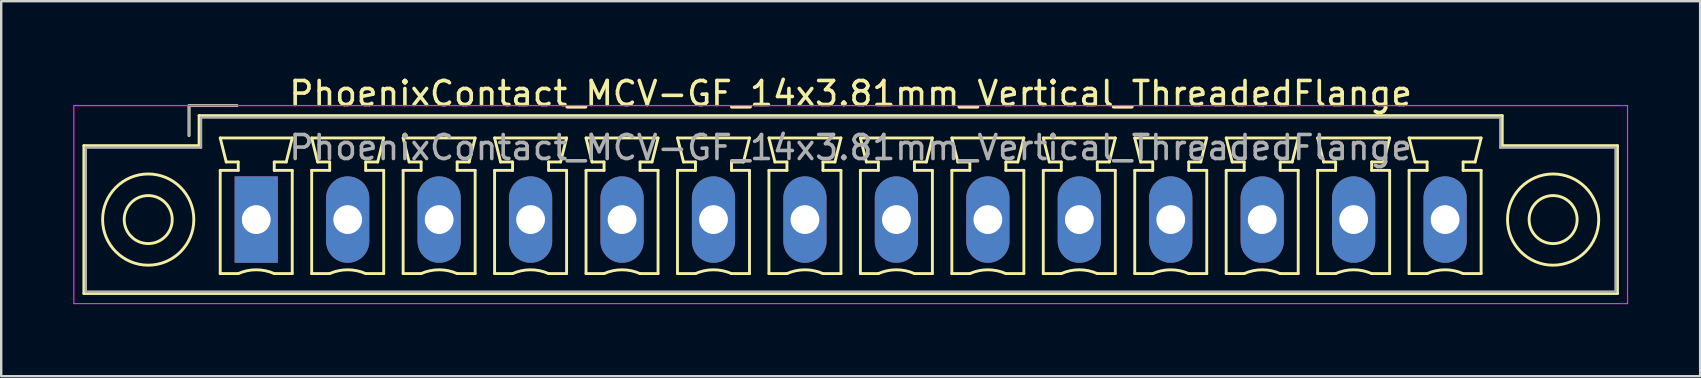
<source format=kicad_pcb>
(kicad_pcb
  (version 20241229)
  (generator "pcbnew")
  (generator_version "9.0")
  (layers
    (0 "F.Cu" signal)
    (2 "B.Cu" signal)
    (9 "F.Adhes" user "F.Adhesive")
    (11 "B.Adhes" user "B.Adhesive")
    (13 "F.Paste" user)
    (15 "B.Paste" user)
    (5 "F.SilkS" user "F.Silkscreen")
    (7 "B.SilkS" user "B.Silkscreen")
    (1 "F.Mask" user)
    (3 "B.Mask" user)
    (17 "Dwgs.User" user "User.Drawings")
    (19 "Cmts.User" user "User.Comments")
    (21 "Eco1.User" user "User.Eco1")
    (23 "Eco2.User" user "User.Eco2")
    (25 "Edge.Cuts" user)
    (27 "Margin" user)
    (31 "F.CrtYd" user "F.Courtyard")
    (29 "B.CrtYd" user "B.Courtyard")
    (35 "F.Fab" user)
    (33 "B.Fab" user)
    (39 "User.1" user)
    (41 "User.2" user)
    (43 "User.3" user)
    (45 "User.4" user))
  (footprint "PhoenixContact_MCV-GF_14x3.81mm_Vertical_ThreadedFlange"
    (layer "F.Cu")
    (at 7.625 6.098)
    (property "Reference" "PhoenixContact_MCV-GF_14x3.81mm_Vertical_ThreadedFlange" (at 24.765 -5.25 0) (layer "F.SilkS") (effects (font (size 1 1) (thickness 0.15))))
    (attr through_hole)
    (fp_line (start -7.18 -3.08) (end -7.18 3.08) (stroke (width 0.12) (type solid)) (layer "F.SilkS"))
    (fp_line (start -7.18 3.08) (end 56.71 3.08) (stroke (width 0.12) (type solid)) (layer "F.SilkS"))
    (fp_line (start -2.8 -4.75) (end -0.8 -4.75) (stroke (width 0.12) (type solid)) (layer "F.SilkS"))
    (fp_line (start -2.8 -3.5) (end -2.8 -4.75) (stroke (width 0.12) (type solid)) (layer "F.SilkS"))
    (fp_line (start -2.38 -4.33) (end -2.38 -3.08) (stroke (width 0.12) (type solid)) (layer "F.SilkS"))
    (fp_line (start -2.38 -3.08) (end -7.18 -3.08) (stroke (width 0.12) (type solid)) (layer "F.SilkS"))
    (fp_line (start -1.5 -3.4) (end 1.5 -3.4) (stroke (width 0.12) (type solid)) (layer "F.SilkS"))
    (fp_line (start -1.5 -2.05) (end -0.75 -2.05) (stroke (width 0.12) (type solid)) (layer "F.SilkS"))
    (fp_line (start -1.5 2.25) (end -1.5 -2.05) (stroke (width 0.12) (type solid)) (layer "F.SilkS"))
    (fp_line (start -1.25 -2.4) (end -1.5 -3.4) (stroke (width 0.12) (type solid)) (layer "F.SilkS"))
    (fp_line (start -0.75 -2.4) (end -1.25 -2.4) (stroke (width 0.12) (type solid)) (layer "F.SilkS"))
    (fp_line (start -0.75 -2.05) (end -0.75 -2.4) (stroke (width 0.12) (type solid)) (layer "F.SilkS"))
    (fp_line (start -0.75 2.25) (end -1.5 2.25) (stroke (width 0.12) (type solid)) (layer "F.SilkS"))
    (fp_line (start 0.75 -2.4) (end 0.75 -2.05) (stroke (width 0.12) (type solid)) (layer "F.SilkS"))
    (fp_line (start 0.75 -2.05) (end 1.5 -2.05) (stroke (width 0.12) (type solid)) (layer "F.SilkS"))
    (fp_line (start 1.25 -2.4) (end 0.75 -2.4) (stroke (width 0.12) (type solid)) (layer "F.SilkS"))
    (fp_line (start 1.5 -3.4) (end 1.25 -2.4) (stroke (width 0.12) (type solid)) (layer "F.SilkS"))
    (fp_line (start 1.5 -2.05) (end 1.5 2.25) (stroke (width 0.12) (type solid)) (layer "F.SilkS"))
    (fp_line (start 1.5 2.25) (end 0.75 2.25) (stroke (width 0.12) (type solid)) (layer "F.SilkS"))
    (fp_line (start 2.31 -3.4) (end 5.31 -3.4) (stroke (width 0.12) (type solid)) (layer "F.SilkS"))
    (fp_line (start 2.31 -2.05) (end 3.06 -2.05) (stroke (width 0.12) (type solid)) (layer "F.SilkS"))
    (fp_line (start 2.31 2.25) (end 2.31 -2.05) (stroke (width 0.12) (type solid)) (layer "F.SilkS"))
    (fp_line (start 2.56 -2.4) (end 2.31 -3.4) (stroke (width 0.12) (type solid)) (layer "F.SilkS"))
    (fp_line (start 3.06 -2.4) (end 2.56 -2.4) (stroke (width 0.12) (type solid)) (layer "F.SilkS"))
    (fp_line (start 3.06 -2.05) (end 3.06 -2.4) (stroke (width 0.12) (type solid)) (layer "F.SilkS"))
    (fp_line (start 3.06 2.25) (end 2.31 2.25) (stroke (width 0.12) (type solid)) (layer "F.SilkS"))
    (fp_line (start 4.56 -2.4) (end 4.56 -2.05) (stroke (width 0.12) (type solid)) (layer "F.SilkS"))
    (fp_line (start 4.56 -2.05) (end 5.31 -2.05) (stroke (width 0.12) (type solid)) (layer "F.SilkS"))
    (fp_line (start 5.06 -2.4) (end 4.56 -2.4) (stroke (width 0.12) (type solid)) (layer "F.SilkS"))
    (fp_line (start 5.31 -3.4) (end 5.06 -2.4) (stroke (width 0.12) (type solid)) (layer "F.SilkS"))
    (fp_line (start 5.31 -2.05) (end 5.31 2.25) (stroke (width 0.12) (type solid)) (layer "F.SilkS"))
    (fp_line (start 5.31 2.25) (end 4.56 2.25) (stroke (width 0.12) (type solid)) (layer "F.SilkS"))
    (fp_line (start 6.12 -3.4) (end 9.12 -3.4) (stroke (width 0.12) (type solid)) (layer "F.SilkS"))
    (fp_line (start 6.12 -2.05) (end 6.87 -2.05) (stroke (width 0.12) (type solid)) (layer "F.SilkS"))
    (fp_line (start 6.12 2.25) (end 6.12 -2.05) (stroke (width 0.12) (type solid)) (layer "F.SilkS"))
    (fp_line (start 6.37 -2.4) (end 6.12 -3.4) (stroke (width 0.12) (type solid)) (layer "F.SilkS"))
    (fp_line (start 6.87 -2.4) (end 6.37 -2.4) (stroke (width 0.12) (type solid)) (layer "F.SilkS"))
    (fp_line (start 6.87 -2.05) (end 6.87 -2.4) (stroke (width 0.12) (type solid)) (layer "F.SilkS"))
    (fp_line (start 6.87 2.25) (end 6.12 2.25) (stroke (width 0.12) (type solid)) (layer "F.SilkS"))
    (fp_line (start 8.37 -2.4) (end 8.37 -2.05) (stroke (width 0.12) (type solid)) (layer "F.SilkS"))
    (fp_line (start 8.37 -2.05) (end 9.12 -2.05) (stroke (width 0.12) (type solid)) (layer "F.SilkS"))
    (fp_line (start 8.87 -2.4) (end 8.37 -2.4) (stroke (width 0.12) (type solid)) (layer "F.SilkS"))
    (fp_line (start 9.12 -3.4) (end 8.87 -2.4) (stroke (width 0.12) (type solid)) (layer "F.SilkS"))
    (fp_line (start 9.12 -2.05) (end 9.12 2.25) (stroke (width 0.12) (type solid)) (layer "F.SilkS"))
    (fp_line (start 9.12 2.25) (end 8.37 2.25) (stroke (width 0.12) (type solid)) (layer "F.SilkS"))
    (fp_line (start 9.93 -3.4) (end 12.93 -3.4) (stroke (width 0.12) (type solid)) (layer "F.SilkS"))
    (fp_line (start 9.93 -2.05) (end 10.68 -2.05) (stroke (width 0.12) (type solid)) (layer "F.SilkS"))
    (fp_line (start 9.93 2.25) (end 9.93 -2.05) (stroke (width 0.12) (type solid)) (layer "F.SilkS"))
    (fp_line (start 10.18 -2.4) (end 9.93 -3.4) (stroke (width 0.12) (type solid)) (layer "F.SilkS"))
    (fp_line (start 10.68 -2.4) (end 10.18 -2.4) (stroke (width 0.12) (type solid)) (layer "F.SilkS"))
    (fp_line (start 10.68 -2.05) (end 10.68 -2.4) (stroke (width 0.12) (type solid)) (layer "F.SilkS"))
    (fp_line (start 10.68 2.25) (end 9.93 2.25) (stroke (width 0.12) (type solid)) (layer "F.SilkS"))
    (fp_line (start 12.18 -2.4) (end 12.18 -2.05) (stroke (width 0.12) (type solid)) (layer "F.SilkS"))
    (fp_line (start 12.18 -2.05) (end 12.93 -2.05) (stroke (width 0.12) (type solid)) (layer "F.SilkS"))
    (fp_line (start 12.68 -2.4) (end 12.18 -2.4) (stroke (width 0.12) (type solid)) (layer "F.SilkS"))
    (fp_line (start 12.93 -3.4) (end 12.68 -2.4) (stroke (width 0.12) (type solid)) (layer "F.SilkS"))
    (fp_line (start 12.93 -2.05) (end 12.93 2.25) (stroke (width 0.12) (type solid)) (layer "F.SilkS"))
    (fp_line (start 12.93 2.25) (end 12.18 2.25) (stroke (width 0.12) (type solid)) (layer "F.SilkS"))
    (fp_line (start 13.74 -3.4) (end 16.74 -3.4) (stroke (width 0.12) (type solid)) (layer "F.SilkS"))
    (fp_line (start 13.74 -2.05) (end 14.49 -2.05) (stroke (width 0.12) (type solid)) (layer "F.SilkS"))
    (fp_line (start 13.74 2.25) (end 13.74 -2.05) (stroke (width 0.12) (type solid)) (layer "F.SilkS"))
    (fp_line (start 13.99 -2.4) (end 13.74 -3.4) (stroke (width 0.12) (type solid)) (layer "F.SilkS"))
    (fp_line (start 14.49 -2.4) (end 13.99 -2.4) (stroke (width 0.12) (type solid)) (layer "F.SilkS"))
    (fp_line (start 14.49 -2.05) (end 14.49 -2.4) (stroke (width 0.12) (type solid)) (layer "F.SilkS"))
    (fp_line (start 14.49 2.25) (end 13.74 2.25) (stroke (width 0.12) (type solid)) (layer "F.SilkS"))
    (fp_line (start 15.99 -2.4) (end 15.99 -2.05) (stroke (width 0.12) (type solid)) (layer "F.SilkS"))
    (fp_line (start 15.99 -2.05) (end 16.74 -2.05) (stroke (width 0.12) (type solid)) (layer "F.SilkS"))
    (fp_line (start 16.49 -2.4) (end 15.99 -2.4) (stroke (width 0.12) (type solid)) (layer "F.SilkS"))
    (fp_line (start 16.74 -3.4) (end 16.49 -2.4) (stroke (width 0.12) (type solid)) (layer "F.SilkS"))
    (fp_line (start 16.74 -2.05) (end 16.74 2.25) (stroke (width 0.12) (type solid)) (layer "F.SilkS"))
    (fp_line (start 16.74 2.25) (end 15.99 2.25) (stroke (width 0.12) (type solid)) (layer "F.SilkS"))
    (fp_line (start 17.55 -3.4) (end 20.55 -3.4) (stroke (width 0.12) (type solid)) (layer "F.SilkS"))
    (fp_line (start 17.55 -2.05) (end 18.3 -2.05) (stroke (width 0.12) (type solid)) (layer "F.SilkS"))
    (fp_line (start 17.55 2.25) (end 17.55 -2.05) (stroke (width 0.12) (type solid)) (layer "F.SilkS"))
    (fp_line (start 17.8 -2.4) (end 17.55 -3.4) (stroke (width 0.12) (type solid)) (layer "F.SilkS"))
    (fp_line (start 18.3 -2.4) (end 17.8 -2.4) (stroke (width 0.12) (type solid)) (layer "F.SilkS"))
    (fp_line (start 18.3 -2.05) (end 18.3 -2.4) (stroke (width 0.12) (type solid)) (layer "F.SilkS"))
    (fp_line (start 18.3 2.25) (end 17.55 2.25) (stroke (width 0.12) (type solid)) (layer "F.SilkS"))
    (fp_line (start 19.8 -2.4) (end 19.8 -2.05) (stroke (width 0.12) (type solid)) (layer "F.SilkS"))
    (fp_line (start 19.8 -2.05) (end 20.55 -2.05) (stroke (width 0.12) (type solid)) (layer "F.SilkS"))
    (fp_line (start 20.3 -2.4) (end 19.8 -2.4) (stroke (width 0.12) (type solid)) (layer "F.SilkS"))
    (fp_line (start 20.55 -3.4) (end 20.3 -2.4) (stroke (width 0.12) (type solid)) (layer "F.SilkS"))
    (fp_line (start 20.55 -2.05) (end 20.55 2.25) (stroke (width 0.12) (type solid)) (layer "F.SilkS"))
    (fp_line (start 20.55 2.25) (end 19.8 2.25) (stroke (width 0.12) (type solid)) (layer "F.SilkS"))
    (fp_line (start 21.36 -3.4) (end 24.36 -3.4) (stroke (width 0.12) (type solid)) (layer "F.SilkS"))
    (fp_line (start 21.36 -2.05) (end 22.11 -2.05) (stroke (width 0.12) (type solid)) (layer "F.SilkS"))
    (fp_line (start 21.36 2.25) (end 21.36 -2.05) (stroke (width 0.12) (type solid)) (layer "F.SilkS"))
    (fp_line (start 21.61 -2.4) (end 21.36 -3.4) (stroke (width 0.12) (type solid)) (layer "F.SilkS"))
    (fp_line (start 22.11 -2.4) (end 21.61 -2.4) (stroke (width 0.12) (type solid)) (layer "F.SilkS"))
    (fp_line (start 22.11 -2.05) (end 22.11 -2.4) (stroke (width 0.12) (type solid)) (layer "F.SilkS"))
    (fp_line (start 22.11 2.25) (end 21.36 2.25) (stroke (width 0.12) (type solid)) (layer "F.SilkS"))
    (fp_line (start 23.61 -2.4) (end 23.61 -2.05) (stroke (width 0.12) (type solid)) (layer "F.SilkS"))
    (fp_line (start 23.61 -2.05) (end 24.36 -2.05) (stroke (width 0.12) (type solid)) (layer "F.SilkS"))
    (fp_line (start 24.11 -2.4) (end 23.61 -2.4) (stroke (width 0.12) (type solid)) (layer "F.SilkS"))
    (fp_line (start 24.36 -3.4) (end 24.11 -2.4) (stroke (width 0.12) (type solid)) (layer "F.SilkS"))
    (fp_line (start 24.36 -2.05) (end 24.36 2.25) (stroke (width 0.12) (type solid)) (layer "F.SilkS"))
    (fp_line (start 24.36 2.25) (end 23.61 2.25) (stroke (width 0.12) (type solid)) (layer "F.SilkS"))
    (fp_line (start 25.17 -3.4) (end 28.17 -3.4) (stroke (width 0.12) (type solid)) (layer "F.SilkS"))
    (fp_line (start 25.17 -2.05) (end 25.92 -2.05) (stroke (width 0.12) (type solid)) (layer "F.SilkS"))
    (fp_line (start 25.17 2.25) (end 25.17 -2.05) (stroke (width 0.12) (type solid)) (layer "F.SilkS"))
    (fp_line (start 25.42 -2.4) (end 25.17 -3.4) (stroke (width 0.12) (type solid)) (layer "F.SilkS"))
    (fp_line (start 25.92 -2.4) (end 25.42 -2.4) (stroke (width 0.12) (type solid)) (layer "F.SilkS"))
    (fp_line (start 25.92 -2.05) (end 25.92 -2.4) (stroke (width 0.12) (type solid)) (layer "F.SilkS"))
    (fp_line (start 25.92 2.25) (end 25.17 2.25) (stroke (width 0.12) (type solid)) (layer "F.SilkS"))
    (fp_line (start 27.42 -2.4) (end 27.42 -2.05) (stroke (width 0.12) (type solid)) (layer "F.SilkS"))
    (fp_line (start 27.42 -2.05) (end 28.17 -2.05) (stroke (width 0.12) (type solid)) (layer "F.SilkS"))
    (fp_line (start 27.92 -2.4) (end 27.42 -2.4) (stroke (width 0.12) (type solid)) (layer "F.SilkS"))
    (fp_line (start 28.17 -3.4) (end 27.92 -2.4) (stroke (width 0.12) (type solid)) (layer "F.SilkS"))
    (fp_line (start 28.17 -2.05) (end 28.17 2.25) (stroke (width 0.12) (type solid)) (layer "F.SilkS"))
    (fp_line (start 28.17 2.25) (end 27.42 2.25) (stroke (width 0.12) (type solid)) (layer "F.SilkS"))
    (fp_line (start 28.98 -3.4) (end 31.98 -3.4) (stroke (width 0.12) (type solid)) (layer "F.SilkS"))
    (fp_line (start 28.98 -2.05) (end 29.73 -2.05) (stroke (width 0.12) (type solid)) (layer "F.SilkS"))
    (fp_line (start 28.98 2.25) (end 28.98 -2.05) (stroke (width 0.12) (type solid)) (layer "F.SilkS"))
    (fp_line (start 29.23 -2.4) (end 28.98 -3.4) (stroke (width 0.12) (type solid)) (layer "F.SilkS"))
    (fp_line (start 29.73 -2.4) (end 29.23 -2.4) (stroke (width 0.12) (type solid)) (layer "F.SilkS"))
    (fp_line (start 29.73 -2.05) (end 29.73 -2.4) (stroke (width 0.12) (type solid)) (layer "F.SilkS"))
    (fp_line (start 29.73 2.25) (end 28.98 2.25) (stroke (width 0.12) (type solid)) (layer "F.SilkS"))
    (fp_line (start 31.23 -2.4) (end 31.23 -2.05) (stroke (width 0.12) (type solid)) (layer "F.SilkS"))
    (fp_line (start 31.23 -2.05) (end 31.98 -2.05) (stroke (width 0.12) (type solid)) (layer "F.SilkS"))
    (fp_line (start 31.73 -2.4) (end 31.23 -2.4) (stroke (width 0.12) (type solid)) (layer "F.SilkS"))
    (fp_line (start 31.98 -3.4) (end 31.73 -2.4) (stroke (width 0.12) (type solid)) (layer "F.SilkS"))
    (fp_line (start 31.98 -2.05) (end 31.98 2.25) (stroke (width 0.12) (type solid)) (layer "F.SilkS"))
    (fp_line (start 31.98 2.25) (end 31.23 2.25) (stroke (width 0.12) (type solid)) (layer "F.SilkS"))
    (fp_line (start 32.79 -3.4) (end 35.79 -3.4) (stroke (width 0.12) (type solid)) (layer "F.SilkS"))
    (fp_line (start 32.79 -2.05) (end 33.54 -2.05) (stroke (width 0.12) (type solid)) (layer "F.SilkS"))
    (fp_line (start 32.79 2.25) (end 32.79 -2.05) (stroke (width 0.12) (type solid)) (layer "F.SilkS"))
    (fp_line (start 33.04 -2.4) (end 32.79 -3.4) (stroke (width 0.12) (type solid)) (layer "F.SilkS"))
    (fp_line (start 33.54 -2.4) (end 33.04 -2.4) (stroke (width 0.12) (type solid)) (layer "F.SilkS"))
    (fp_line (start 33.54 -2.05) (end 33.54 -2.4) (stroke (width 0.12) (type solid)) (layer "F.SilkS"))
    (fp_line (start 33.54 2.25) (end 32.79 2.25) (stroke (width 0.12) (type solid)) (layer "F.SilkS"))
    (fp_line (start 35.04 -2.4) (end 35.04 -2.05) (stroke (width 0.12) (type solid)) (layer "F.SilkS"))
    (fp_line (start 35.04 -2.05) (end 35.79 -2.05) (stroke (width 0.12) (type solid)) (layer "F.SilkS"))
    (fp_line (start 35.54 -2.4) (end 35.04 -2.4) (stroke (width 0.12) (type solid)) (layer "F.SilkS"))
    (fp_line (start 35.79 -3.4) (end 35.54 -2.4) (stroke (width 0.12) (type solid)) (layer "F.SilkS"))
    (fp_line (start 35.79 -2.05) (end 35.79 2.25) (stroke (width 0.12) (type solid)) (layer "F.SilkS"))
    (fp_line (start 35.79 2.25) (end 35.04 2.25) (stroke (width 0.12) (type solid)) (layer "F.SilkS"))
    (fp_line (start 36.6 -3.4) (end 39.6 -3.4) (stroke (width 0.12) (type solid)) (layer "F.SilkS"))
    (fp_line (start 36.6 -2.05) (end 37.35 -2.05) (stroke (width 0.12) (type solid)) (layer "F.SilkS"))
    (fp_line (start 36.6 2.25) (end 36.6 -2.05) (stroke (width 0.12) (type solid)) (layer "F.SilkS"))
    (fp_line (start 36.85 -2.4) (end 36.6 -3.4) (stroke (width 0.12) (type solid)) (layer "F.SilkS"))
    (fp_line (start 37.35 -2.4) (end 36.85 -2.4) (stroke (width 0.12) (type solid)) (layer "F.SilkS"))
    (fp_line (start 37.35 -2.05) (end 37.35 -2.4) (stroke (width 0.12) (type solid)) (layer "F.SilkS"))
    (fp_line (start 37.35 2.25) (end 36.6 2.25) (stroke (width 0.12) (type solid)) (layer "F.SilkS"))
    (fp_line (start 38.85 -2.4) (end 38.85 -2.05) (stroke (width 0.12) (type solid)) (layer "F.SilkS"))
    (fp_line (start 38.85 -2.05) (end 39.6 -2.05) (stroke (width 0.12) (type solid)) (layer "F.SilkS"))
    (fp_line (start 39.35 -2.4) (end 38.85 -2.4) (stroke (width 0.12) (type solid)) (layer "F.SilkS"))
    (fp_line (start 39.6 -3.4) (end 39.35 -2.4) (stroke (width 0.12) (type solid)) (layer "F.SilkS"))
    (fp_line (start 39.6 -2.05) (end 39.6 2.25) (stroke (width 0.12) (type solid)) (layer "F.SilkS"))
    (fp_line (start 39.6 2.25) (end 38.85 2.25) (stroke (width 0.12) (type solid)) (layer "F.SilkS"))
    (fp_line (start 40.41 -3.4) (end 43.41 -3.4) (stroke (width 0.12) (type solid)) (layer "F.SilkS"))
    (fp_line (start 40.41 -2.05) (end 41.16 -2.05) (stroke (width 0.12) (type solid)) (layer "F.SilkS"))
    (fp_line (start 40.41 2.25) (end 40.41 -2.05) (stroke (width 0.12) (type solid)) (layer "F.SilkS"))
    (fp_line (start 40.66 -2.4) (end 40.41 -3.4) (stroke (width 0.12) (type solid)) (layer "F.SilkS"))
    (fp_line (start 41.16 -2.4) (end 40.66 -2.4) (stroke (width 0.12) (type solid)) (layer "F.SilkS"))
    (fp_line (start 41.16 -2.05) (end 41.16 -2.4) (stroke (width 0.12) (type solid)) (layer "F.SilkS"))
    (fp_line (start 41.16 2.25) (end 40.41 2.25) (stroke (width 0.12) (type solid)) (layer "F.SilkS"))
    (fp_line (start 42.66 -2.4) (end 42.66 -2.05) (stroke (width 0.12) (type solid)) (layer "F.SilkS"))
    (fp_line (start 42.66 -2.05) (end 43.41 -2.05) (stroke (width 0.12) (type solid)) (layer "F.SilkS"))
    (fp_line (start 43.16 -2.4) (end 42.66 -2.4) (stroke (width 0.12) (type solid)) (layer "F.SilkS"))
    (fp_line (start 43.41 -3.4) (end 43.16 -2.4) (stroke (width 0.12) (type solid)) (layer "F.SilkS"))
    (fp_line (start 43.41 -2.05) (end 43.41 2.25) (stroke (width 0.12) (type solid)) (layer "F.SilkS"))
    (fp_line (start 43.41 2.25) (end 42.66 2.25) (stroke (width 0.12) (type solid)) (layer "F.SilkS"))
    (fp_line (start 44.22 -3.4) (end 47.22 -3.4) (stroke (width 0.12) (type solid)) (layer "F.SilkS"))
    (fp_line (start 44.22 -2.05) (end 44.97 -2.05) (stroke (width 0.12) (type solid)) (layer "F.SilkS"))
    (fp_line (start 44.22 2.25) (end 44.22 -2.05) (stroke (width 0.12) (type solid)) (layer "F.SilkS"))
    (fp_line (start 44.47 -2.4) (end 44.22 -3.4) (stroke (width 0.12) (type solid)) (layer "F.SilkS"))
    (fp_line (start 44.97 -2.4) (end 44.47 -2.4) (stroke (width 0.12) (type solid)) (layer "F.SilkS"))
    (fp_line (start 44.97 -2.05) (end 44.97 -2.4) (stroke (width 0.12) (type solid)) (layer "F.SilkS"))
    (fp_line (start 44.97 2.25) (end 44.22 2.25) (stroke (width 0.12) (type solid)) (layer "F.SilkS"))
    (fp_line (start 46.47 -2.4) (end 46.47 -2.05) (stroke (width 0.12) (type solid)) (layer "F.SilkS"))
    (fp_line (start 46.47 -2.05) (end 47.22 -2.05) (stroke (width 0.12) (type solid)) (layer "F.SilkS"))
    (fp_line (start 46.97 -2.4) (end 46.47 -2.4) (stroke (width 0.12) (type solid)) (layer "F.SilkS"))
    (fp_line (start 47.22 -3.4) (end 46.97 -2.4) (stroke (width 0.12) (type solid)) (layer "F.SilkS"))
    (fp_line (start 47.22 -2.05) (end 47.22 2.25) (stroke (width 0.12) (type solid)) (layer "F.SilkS"))
    (fp_line (start 47.22 2.25) (end 46.47 2.25) (stroke (width 0.12) (type solid)) (layer "F.SilkS"))
    (fp_line (start 48.03 -3.4) (end 51.03 -3.4) (stroke (width 0.12) (type solid)) (layer "F.SilkS"))
    (fp_line (start 48.03 -2.05) (end 48.78 -2.05) (stroke (width 0.12) (type solid)) (layer "F.SilkS"))
    (fp_line (start 48.03 2.25) (end 48.03 -2.05) (stroke (width 0.12) (type solid)) (layer "F.SilkS"))
    (fp_line (start 48.28 -2.4) (end 48.03 -3.4) (stroke (width 0.12) (type solid)) (layer "F.SilkS"))
    (fp_line (start 48.78 -2.4) (end 48.28 -2.4) (stroke (width 0.12) (type solid)) (layer "F.SilkS"))
    (fp_line (start 48.78 -2.05) (end 48.78 -2.4) (stroke (width 0.12) (type solid)) (layer "F.SilkS"))
    (fp_line (start 48.78 2.25) (end 48.03 2.25) (stroke (width 0.12) (type solid)) (layer "F.SilkS"))
    (fp_line (start 50.28 -2.4) (end 50.28 -2.05) (stroke (width 0.12) (type solid)) (layer "F.SilkS"))
    (fp_line (start 50.28 -2.05) (end 51.03 -2.05) (stroke (width 0.12) (type solid)) (layer "F.SilkS"))
    (fp_line (start 50.78 -2.4) (end 50.28 -2.4) (stroke (width 0.12) (type solid)) (layer "F.SilkS"))
    (fp_line (start 51.03 -3.4) (end 50.78 -2.4) (stroke (width 0.12) (type solid)) (layer "F.SilkS"))
    (fp_line (start 51.03 -2.05) (end 51.03 2.25) (stroke (width 0.12) (type solid)) (layer "F.SilkS"))
    (fp_line (start 51.03 2.25) (end 50.28 2.25) (stroke (width 0.12) (type solid)) (layer "F.SilkS"))
    (fp_line (start 51.91 -4.33) (end -2.38 -4.33) (stroke (width 0.12) (type solid)) (layer "F.SilkS"))
    (fp_line (start 51.91 -3.08) (end 51.91 -4.33) (stroke (width 0.12) (type solid)) (layer "F.SilkS"))
    (fp_line (start 56.71 -3.08) (end 51.91 -3.08) (stroke (width 0.12) (type solid)) (layer "F.SilkS"))
    (fp_line (start 56.71 3.08) (end 56.71 -3.08) (stroke (width 0.12) (type solid)) (layer "F.SilkS"))
    (fp_arc (start -0.75 2.25) (mid -0.000193 2.09191) (end 0.749647 2.249844) (stroke (width 0.12) (type solid)) (layer "F.SilkS"))
    (fp_arc (start 3.06 2.25) (mid 3.809807 2.09191) (end 4.559647 2.249844) (stroke (width 0.12) (type solid)) (layer "F.SilkS"))
    (fp_arc (start 6.87 2.25) (mid 7.619807 2.09191) (end 8.369647 2.249844) (stroke (width 0.12) (type solid)) (layer "F.SilkS"))
    (fp_arc (start 10.68 2.25) (mid 11.429807 2.09191) (end 12.179647 2.249844) (stroke (width 0.12) (type solid)) (layer "F.SilkS"))
    (fp_arc (start 14.49 2.25) (mid 15.239807 2.09191) (end 15.989647 2.249844) (stroke (width 0.12) (type solid)) (layer "F.SilkS"))
    (fp_arc (start 18.3 2.25) (mid 19.049807 2.09191) (end 19.799647 2.249844) (stroke (width 0.12) (type solid)) (layer "F.SilkS"))
    (fp_arc (start 22.11 2.25) (mid 22.859807 2.09191) (end 23.609647 2.249844) (stroke (width 0.12) (type solid)) (layer "F.SilkS"))
    (fp_arc (start 25.92 2.25) (mid 26.669807 2.09191) (end 27.419647 2.249844) (stroke (width 0.12) (type solid)) (layer "F.SilkS"))
    (fp_arc (start 29.73 2.25) (mid 30.479807 2.09191) (end 31.229647 2.249844) (stroke (width 0.12) (type solid)) (layer "F.SilkS"))
    (fp_arc (start 33.54 2.25) (mid 34.289807 2.09191) (end 35.039647 2.249844) (stroke (width 0.12) (type solid)) (layer "F.SilkS"))
    (fp_arc (start 37.35 2.25) (mid 38.099807 2.09191) (end 38.849647 2.249844) (stroke (width 0.12) (type solid)) (layer "F.SilkS"))
    (fp_arc (start 41.16 2.25) (mid 41.909807 2.09191) (end 42.659647 2.249844) (stroke (width 0.12) (type solid)) (layer "F.SilkS"))
    (fp_arc (start 44.97 2.25) (mid 45.719807 2.09191) (end 46.469647 2.249844) (stroke (width 0.12) (type solid)) (layer "F.SilkS"))
    (fp_arc (start 48.78 2.25) (mid 49.529807 2.09191) (end 50.279647 2.249844) (stroke (width 0.12) (type solid)) (layer "F.SilkS"))
    (fp_circle (center -4.5 0) (end -3.5 0) (stroke (width 0.12) (type solid)) (fill no) (layer "F.SilkS"))
    (fp_circle (center -4.5 0) (end -2.6 0) (stroke (width 0.12) (type solid)) (fill no) (layer "F.SilkS"))
    (fp_circle (center 54.03 0) (end 55.03 0) (stroke (width 0.12) (type solid)) (fill no) (layer "F.SilkS"))
    (fp_circle (center 54.03 0) (end 55.93 0) (stroke (width 0.12) (type solid)) (fill no) (layer "F.SilkS"))
    (fp_line (start -7.6 -4.75) (end -7.6 3.5) (stroke (width 0.05) (type solid)) (layer "F.CrtYd"))
    (fp_line (start -7.6 3.5) (end 57.13 3.5) (stroke (width 0.05) (type solid)) (layer "F.CrtYd"))
    (fp_line (start 57.13 -4.75) (end -7.6 -4.75) (stroke (width 0.05) (type solid)) (layer "F.CrtYd"))
    (fp_line (start 57.13 3.5) (end 57.13 -4.75) (stroke (width 0.05) (type solid)) (layer "F.CrtYd"))
    (fp_line (start -7.1 -3) (end -7.1 3) (stroke (width 0.1) (type solid)) (layer "F.Fab"))
    (fp_line (start -7.1 3) (end 56.63 3) (stroke (width 0.1) (type solid)) (layer "F.Fab"))
    (fp_line (start -2.8 -4.75) (end -0.8 -4.75) (stroke (width 0.1) (type solid)) (layer "F.Fab"))
    (fp_line (start -2.8 -3.5) (end -2.8 -4.75) (stroke (width 0.1) (type solid)) (layer "F.Fab"))
    (fp_line (start -2.3 -4.25) (end -2.3 -3) (stroke (width 0.1) (type solid)) (layer "F.Fab"))
    (fp_line (start -2.3 -3) (end -7.1 -3) (stroke (width 0.1) (type solid)) (layer "F.Fab"))
    (fp_line (start 51.83 -4.25) (end -2.3 -4.25) (stroke (width 0.1) (type solid)) (layer "F.Fab"))
    (fp_line (start 51.83 -3) (end 51.83 -4.25) (stroke (width 0.1) (type solid)) (layer "F.Fab"))
    (fp_line (start 56.63 -3) (end 51.83 -3) (stroke (width 0.1) (type solid)) (layer "F.Fab"))
    (fp_line (start 56.63 3) (end 56.63 -3) (stroke (width 0.1) (type solid)) (layer "F.Fab"))
    (fp_text user "${REFERENCE}" (at 24.765 -3 0) (layer "F.Fab") (effects (font (size 1 1) (thickness 0.15))))
    (pad "1" thru_hole rect (at 0 0) (size 1.8 3.6) (drill 1.2) (layers "*.Cu" "*.Mask"))
    (pad "2" thru_hole oval (at 3.81 0) (size 1.8 3.6) (drill 1.2) (layers "*.Cu" "*.Mask"))
    (pad "3" thru_hole oval (at 7.62 0) (size 1.8 3.6) (drill 1.2) (layers "*.Cu" "*.Mask"))
    (pad "4" thru_hole oval (at 11.43 0) (size 1.8 3.6) (drill 1.2) (layers "*.Cu" "*.Mask"))
    (pad "5" thru_hole oval (at 15.24 0) (size 1.8 3.6) (drill 1.2) (layers "*.Cu" "*.Mask"))
    (pad "6" thru_hole oval (at 19.05 0) (size 1.8 3.6) (drill 1.2) (layers "*.Cu" "*.Mask"))
    (pad "7" thru_hole oval (at 22.86 0) (size 1.8 3.6) (drill 1.2) (layers "*.Cu" "*.Mask"))
    (pad "8" thru_hole oval (at 26.67 0) (size 1.8 3.6) (drill 1.2) (layers "*.Cu" "*.Mask"))
    (pad "9" thru_hole oval (at 30.48 0) (size 1.8 3.6) (drill 1.2) (layers "*.Cu" "*.Mask"))
    (pad "10" thru_hole oval (at 34.29 0) (size 1.8 3.6) (drill 1.2) (layers "*.Cu" "*.Mask"))
    (pad "11" thru_hole oval (at 38.1 0) (size 1.8 3.6) (drill 1.2) (layers "*.Cu" "*.Mask"))
    (pad "12" thru_hole oval (at 41.91 0) (size 1.8 3.6) (drill 1.2) (layers "*.Cu" "*.Mask"))
    (pad "13" thru_hole oval (at 45.72 0) (size 1.8 3.6) (drill 1.2) (layers "*.Cu" "*.Mask"))
    (pad "14" thru_hole oval (at 49.53 0) (size 1.8 3.6) (drill 1.2) (layers "*.Cu" "*.Mask")))
  (gr_rect
    (start -3 -3)
    (end 67.78 12.623)
    (stroke (width 0.1) (type default))
    (fill no)
    (layer "Edge.Cuts")))
</source>
